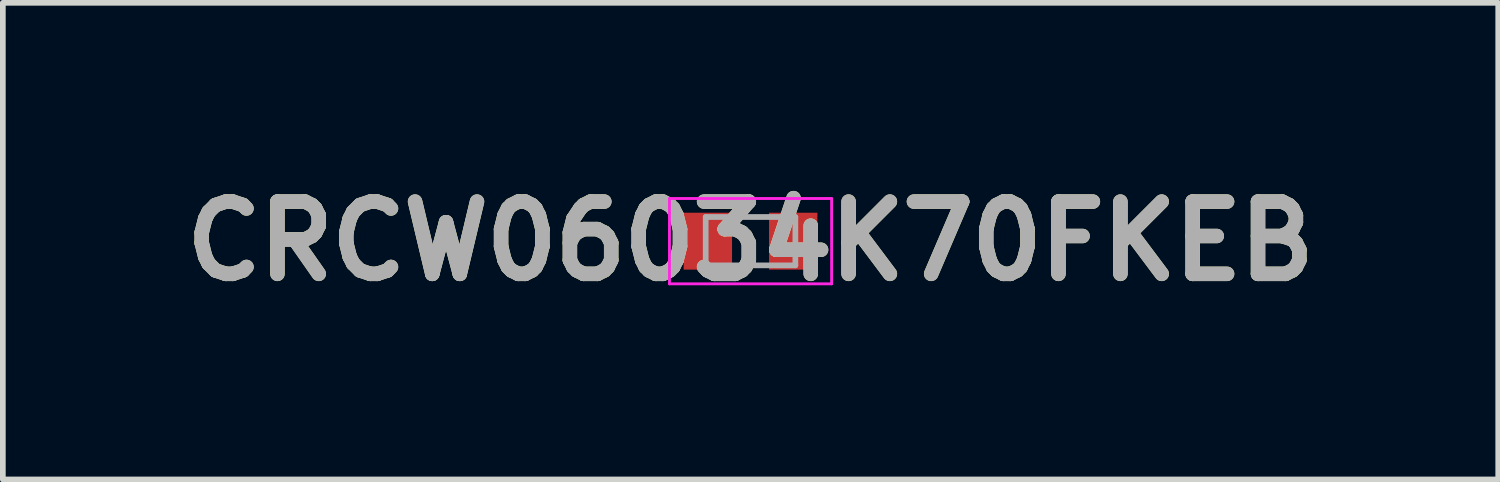
<source format=kicad_pcb>
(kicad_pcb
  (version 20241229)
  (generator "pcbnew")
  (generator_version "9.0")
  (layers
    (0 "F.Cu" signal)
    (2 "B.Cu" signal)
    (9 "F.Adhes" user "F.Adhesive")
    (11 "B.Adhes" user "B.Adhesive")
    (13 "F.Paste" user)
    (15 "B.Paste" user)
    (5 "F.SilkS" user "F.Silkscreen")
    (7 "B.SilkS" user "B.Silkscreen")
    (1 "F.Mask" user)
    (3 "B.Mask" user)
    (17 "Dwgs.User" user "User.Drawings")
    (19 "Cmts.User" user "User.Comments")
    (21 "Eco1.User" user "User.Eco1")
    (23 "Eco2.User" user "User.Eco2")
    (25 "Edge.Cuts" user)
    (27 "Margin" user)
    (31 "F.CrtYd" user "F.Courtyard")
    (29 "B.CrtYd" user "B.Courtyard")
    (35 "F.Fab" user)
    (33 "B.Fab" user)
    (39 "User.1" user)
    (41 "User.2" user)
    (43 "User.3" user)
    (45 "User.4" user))
  (footprint "CRCW06034K70FKEB"
    (layer "F.Cu")
    (at 10.142 1.189)
    (property "Reference" "CRCW06034K70FKEB" (at 0 0 0) (layer "F.SilkS") (effects (font (size 1.27 1.27) (thickness 0.254))))
    (attr smd)
    (fp_line (start -1.425 -0.75) (end 1.425 -0.75) (stroke (width 0.05) (type solid)) (layer "F.CrtYd"))
    (fp_line (start -1.425 0.75) (end -1.425 -0.75) (stroke (width 0.05) (type solid)) (layer "F.CrtYd"))
    (fp_line (start 1.425 -0.75) (end 1.425 0.75) (stroke (width 0.05) (type solid)) (layer "F.CrtYd"))
    (fp_line (start 1.425 0.75) (end -1.425 0.75) (stroke (width 0.05) (type solid)) (layer "F.CrtYd"))
    (fp_line (start -0.788 -0.425) (end 0.788 -0.425) (stroke (width 0.1) (type solid)) (layer "F.Fab"))
    (fp_line (start -0.788 0.425) (end -0.788 -0.425) (stroke (width 0.1) (type solid)) (layer "F.Fab"))
    (fp_line (start 0.788 -0.425) (end 0.788 0.425) (stroke (width 0.1) (type solid)) (layer "F.Fab"))
    (fp_line (start 0.788 0.425) (end -0.788 0.425) (stroke (width 0.1) (type solid)) (layer "F.Fab"))
    (fp_text user "${REFERENCE}" (at 0 0 0) (layer "F.Fab") (effects (font (size 1.27 1.27) (thickness 0.254))))
    (pad "1" smd rect (at -0.75 0) (size 0.85 1) (layers "F.Cu" "F.Mask" "F.Paste"))
    (pad "2" smd rect (at 0.75 0) (size 0.85 1) (layers "F.Cu" "F.Mask" "F.Paste")))
  (gr_rect
    (start -3 -3)
    (end 23.284 5.377)
    (stroke (width 0.1) (type default))
    (fill no)
    (layer "Edge.Cuts")))
</source>
